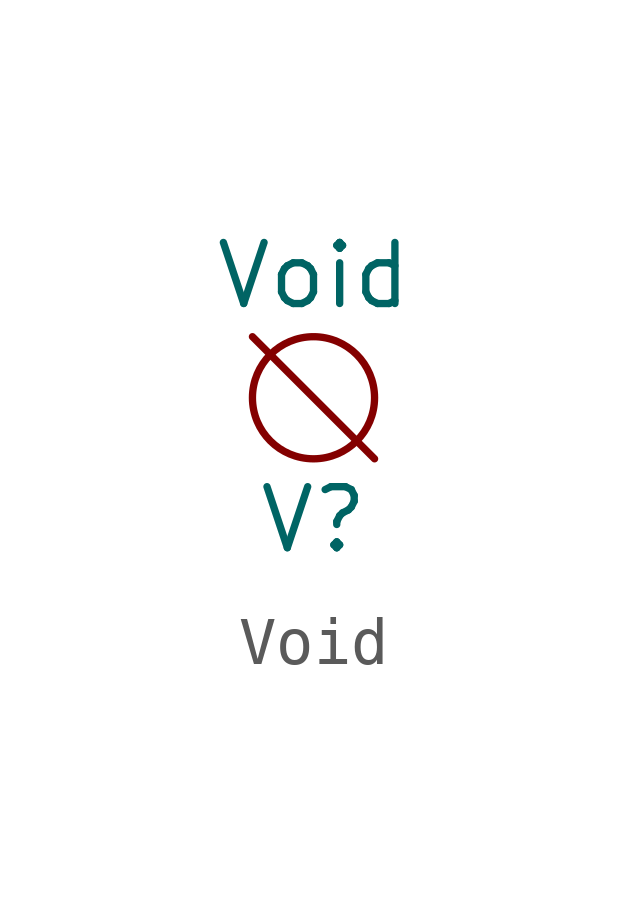
<source format=kicad_sym>
(kicad_symbol_lib
  (version 20231120)
  (generator "kicad_symbol_editor")
  (generator_version "8.0")
  (symbol "Void"
    (pin_numbers hide)
    (pin_names
      (offset 0) hide)
    (property "Reference" "V"
      (at 0 -2.54 0)
      (effects (font (size 1.27 1.27))))
    (property "Value" "Void"
      (at 0 2.54 0)
      (effects (font (size 1.27 1.27))))
    (symbol "Void_0_1"
      (polyline (pts (xy -1.27 1.27) (xy 1.27 -1.27)) (stroke (width 0) (type solid)) (fill (type none)))
      (circle (center 0 0) (radius 1.27) (stroke (width 0) (type solid)) (fill (type none))))))
</source>
